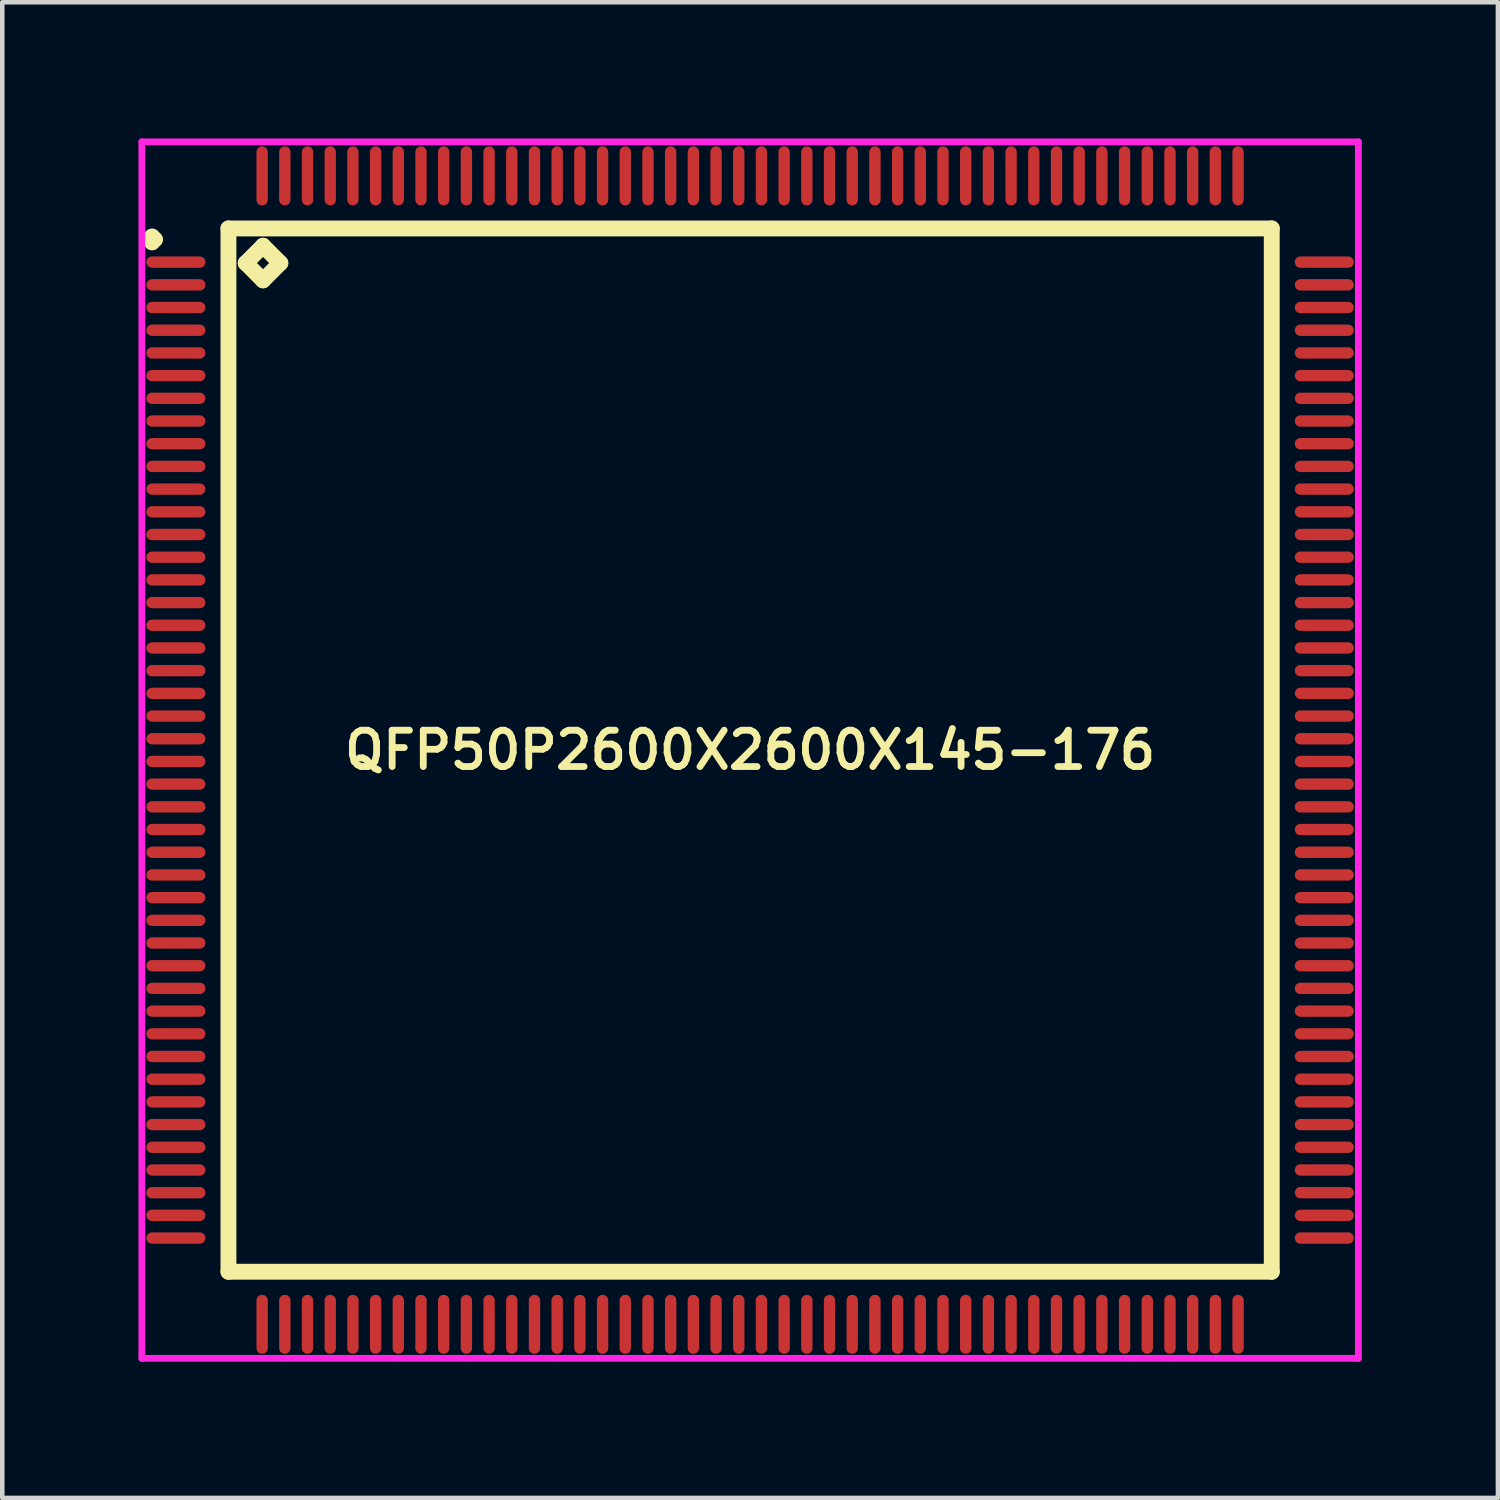
<source format=kicad_pcb>
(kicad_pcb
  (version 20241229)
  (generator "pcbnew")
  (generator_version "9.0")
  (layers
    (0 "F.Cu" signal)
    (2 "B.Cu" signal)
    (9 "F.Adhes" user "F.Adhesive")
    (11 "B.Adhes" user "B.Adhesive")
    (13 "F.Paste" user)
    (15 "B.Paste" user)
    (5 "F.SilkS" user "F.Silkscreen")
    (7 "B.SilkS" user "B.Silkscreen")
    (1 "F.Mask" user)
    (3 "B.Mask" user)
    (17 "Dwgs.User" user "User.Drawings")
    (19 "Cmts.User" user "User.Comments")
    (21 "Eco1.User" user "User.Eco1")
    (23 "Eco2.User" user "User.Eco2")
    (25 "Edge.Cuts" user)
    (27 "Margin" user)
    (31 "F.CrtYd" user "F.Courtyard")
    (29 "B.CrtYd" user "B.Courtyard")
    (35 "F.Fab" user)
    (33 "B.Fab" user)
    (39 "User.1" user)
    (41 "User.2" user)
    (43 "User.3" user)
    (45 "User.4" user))
  (footprint "QFP50P2600X2600X145-176"
    (layer "F.Cu")
    (at 13.475 13.475)
    (property "Reference" "QFP50P2600X2600X145-176" (at 0 0 0) (layer "F.SilkS") (effects (font (size 0.8 0.8) (thickness 0.15))))
    (attr smd)
    (fp_line (start -13.238 -11.25) (end -13.175 -11.312) (stroke (width 0.35) (type solid)) (layer "F.SilkS"))
    (fp_line (start -13.175 -11.312) (end -13.113 -11.25) (stroke (width 0.35) (type solid)) (layer "F.SilkS"))
    (fp_line (start -13.175 -11.188) (end -13.238 -11.25) (stroke (width 0.35) (type solid)) (layer "F.SilkS"))
    (fp_line (start -13.113 -11.25) (end -13.175 -11.188) (stroke (width 0.35) (type solid)) (layer "F.SilkS"))
    (fp_line (start -11.492 -11.492) (end -11.492 11.492) (stroke (width 0.35) (type solid)) (layer "F.SilkS"))
    (fp_line (start -11.492 11.492) (end 11.492 11.492) (stroke (width 0.35) (type solid)) (layer "F.SilkS"))
    (fp_line (start -11.111 -10.73) (end -10.73 -11.111) (stroke (width 0.35) (type solid)) (layer "F.SilkS"))
    (fp_line (start -10.73 -11.111) (end -10.349 -10.73) (stroke (width 0.35) (type solid)) (layer "F.SilkS"))
    (fp_line (start -10.73 -10.349) (end -11.111 -10.73) (stroke (width 0.35) (type solid)) (layer "F.SilkS"))
    (fp_line (start -10.349 -10.73) (end -10.73 -10.349) (stroke (width 0.35) (type solid)) (layer "F.SilkS"))
    (fp_line (start 11.492 -11.492) (end -11.492 -11.492) (stroke (width 0.35) (type solid)) (layer "F.SilkS"))
    (fp_line (start 11.492 11.492) (end 11.492 -11.492) (stroke (width 0.35) (type solid)) (layer "F.SilkS"))
    (fp_line (start -13.4 -13.4) (end 13.4 -13.4) (stroke (width 0.15) (type solid)) (layer "F.CrtYd"))
    (fp_line (start -13.4 13.4) (end -13.4 -13.4) (stroke (width 0.15) (type solid)) (layer "F.CrtYd"))
    (fp_line (start 13.4 -13.4) (end 13.4 13.4) (stroke (width 0.15) (type solid)) (layer "F.CrtYd"))
    (fp_line (start 13.4 13.4) (end -13.4 13.4) (stroke (width 0.15) (type solid)) (layer "F.CrtYd"))
    (pad "1" smd oval (at -12.65 -10.75) (size 1.3 0.25) (layers "F.Cu" "F.Mask" "F.Paste"))
    (pad "2" smd oval (at -12.65 -10.25) (size 1.3 0.25) (layers "F.Cu" "F.Mask" "F.Paste"))
    (pad "3" smd oval (at -12.65 -9.75) (size 1.3 0.25) (layers "F.Cu" "F.Mask" "F.Paste"))
    (pad "4" smd oval (at -12.65 -9.25) (size 1.3 0.25) (layers "F.Cu" "F.Mask" "F.Paste"))
    (pad "5" smd oval (at -12.65 -8.75) (size 1.3 0.25) (layers "F.Cu" "F.Mask" "F.Paste"))
    (pad "6" smd oval (at -12.65 -8.25) (size 1.3 0.25) (layers "F.Cu" "F.Mask" "F.Paste"))
    (pad "7" smd oval (at -12.65 -7.75) (size 1.3 0.25) (layers "F.Cu" "F.Mask" "F.Paste"))
    (pad "8" smd oval (at -12.65 -7.25) (size 1.3 0.25) (layers "F.Cu" "F.Mask" "F.Paste"))
    (pad "9" smd oval (at -12.65 -6.75) (size 1.3 0.25) (layers "F.Cu" "F.Mask" "F.Paste"))
    (pad "10" smd oval (at -12.65 -6.25) (size 1.3 0.25) (layers "F.Cu" "F.Mask" "F.Paste"))
    (pad "11" smd oval (at -12.65 -5.75) (size 1.3 0.25) (layers "F.Cu" "F.Mask" "F.Paste"))
    (pad "12" smd oval (at -12.65 -5.25) (size 1.3 0.25) (layers "F.Cu" "F.Mask" "F.Paste"))
    (pad "13" smd oval (at -12.65 -4.75) (size 1.3 0.25) (layers "F.Cu" "F.Mask" "F.Paste"))
    (pad "14" smd oval (at -12.65 -4.25) (size 1.3 0.25) (layers "F.Cu" "F.Mask" "F.Paste"))
    (pad "15" smd oval (at -12.65 -3.75) (size 1.3 0.25) (layers "F.Cu" "F.Mask" "F.Paste"))
    (pad "16" smd oval (at -12.65 -3.25) (size 1.3 0.25) (layers "F.Cu" "F.Mask" "F.Paste"))
    (pad "17" smd oval (at -12.65 -2.75) (size 1.3 0.25) (layers "F.Cu" "F.Mask" "F.Paste"))
    (pad "18" smd oval (at -12.65 -2.25) (size 1.3 0.25) (layers "F.Cu" "F.Mask" "F.Paste"))
    (pad "19" smd oval (at -12.65 -1.75) (size 1.3 0.25) (layers "F.Cu" "F.Mask" "F.Paste"))
    (pad "20" smd oval (at -12.65 -1.25) (size 1.3 0.25) (layers "F.Cu" "F.Mask" "F.Paste"))
    (pad "21" smd oval (at -12.65 -0.75) (size 1.3 0.25) (layers "F.Cu" "F.Mask" "F.Paste"))
    (pad "22" smd oval (at -12.65 -0.25) (size 1.3 0.25) (layers "F.Cu" "F.Mask" "F.Paste"))
    (pad "23" smd oval (at -12.65 0.25) (size 1.3 0.25) (layers "F.Cu" "F.Mask" "F.Paste"))
    (pad "24" smd oval (at -12.65 0.75) (size 1.3 0.25) (layers "F.Cu" "F.Mask" "F.Paste"))
    (pad "25" smd oval (at -12.65 1.25) (size 1.3 0.25) (layers "F.Cu" "F.Mask" "F.Paste"))
    (pad "26" smd oval (at -12.65 1.75) (size 1.3 0.25) (layers "F.Cu" "F.Mask" "F.Paste"))
    (pad "27" smd oval (at -12.65 2.25) (size 1.3 0.25) (layers "F.Cu" "F.Mask" "F.Paste"))
    (pad "28" smd oval (at -12.65 2.75) (size 1.3 0.25) (layers "F.Cu" "F.Mask" "F.Paste"))
    (pad "29" smd oval (at -12.65 3.25) (size 1.3 0.25) (layers "F.Cu" "F.Mask" "F.Paste"))
    (pad "30" smd oval (at -12.65 3.75) (size 1.3 0.25) (layers "F.Cu" "F.Mask" "F.Paste"))
    (pad "31" smd oval (at -12.65 4.25) (size 1.3 0.25) (layers "F.Cu" "F.Mask" "F.Paste"))
    (pad "32" smd oval (at -12.65 4.75) (size 1.3 0.25) (layers "F.Cu" "F.Mask" "F.Paste"))
    (pad "33" smd oval (at -12.65 5.25) (size 1.3 0.25) (layers "F.Cu" "F.Mask" "F.Paste"))
    (pad "34" smd oval (at -12.65 5.75) (size 1.3 0.25) (layers "F.Cu" "F.Mask" "F.Paste"))
    (pad "35" smd oval (at -12.65 6.25) (size 1.3 0.25) (layers "F.Cu" "F.Mask" "F.Paste"))
    (pad "36" smd oval (at -12.65 6.75) (size 1.3 0.25) (layers "F.Cu" "F.Mask" "F.Paste"))
    (pad "37" smd oval (at -12.65 7.25) (size 1.3 0.25) (layers "F.Cu" "F.Mask" "F.Paste"))
    (pad "38" smd oval (at -12.65 7.75) (size 1.3 0.25) (layers "F.Cu" "F.Mask" "F.Paste"))
    (pad "39" smd oval (at -12.65 8.25) (size 1.3 0.25) (layers "F.Cu" "F.Mask" "F.Paste"))
    (pad "40" smd oval (at -12.65 8.75) (size 1.3 0.25) (layers "F.Cu" "F.Mask" "F.Paste"))
    (pad "41" smd oval (at -12.65 9.25) (size 1.3 0.25) (layers "F.Cu" "F.Mask" "F.Paste"))
    (pad "42" smd oval (at -12.65 9.75) (size 1.3 0.25) (layers "F.Cu" "F.Mask" "F.Paste"))
    (pad "43" smd oval (at -12.65 10.25) (size 1.3 0.25) (layers "F.Cu" "F.Mask" "F.Paste"))
    (pad "44" smd oval (at -12.65 10.75) (size 1.3 0.25) (layers "F.Cu" "F.Mask" "F.Paste"))
    (pad "45" smd oval (at -10.75 12.65) (size 0.25 1.3) (layers "F.Cu" "F.Mask" "F.Paste"))
    (pad "46" smd oval (at -10.25 12.65) (size 0.25 1.3) (layers "F.Cu" "F.Mask" "F.Paste"))
    (pad "47" smd oval (at -9.75 12.65) (size 0.25 1.3) (layers "F.Cu" "F.Mask" "F.Paste"))
    (pad "48" smd oval (at -9.25 12.65) (size 0.25 1.3) (layers "F.Cu" "F.Mask" "F.Paste"))
    (pad "49" smd oval (at -8.75 12.65) (size 0.25 1.3) (layers "F.Cu" "F.Mask" "F.Paste"))
    (pad "50" smd oval (at -8.25 12.65) (size 0.25 1.3) (layers "F.Cu" "F.Mask" "F.Paste"))
    (pad "51" smd oval (at -7.75 12.65) (size 0.25 1.3) (layers "F.Cu" "F.Mask" "F.Paste"))
    (pad "52" smd oval (at -7.25 12.65) (size 0.25 1.3) (layers "F.Cu" "F.Mask" "F.Paste"))
    (pad "53" smd oval (at -6.75 12.65) (size 0.25 1.3) (layers "F.Cu" "F.Mask" "F.Paste"))
    (pad "54" smd oval (at -6.25 12.65) (size 0.25 1.3) (layers "F.Cu" "F.Mask" "F.Paste"))
    (pad "55" smd oval (at -5.75 12.65) (size 0.25 1.3) (layers "F.Cu" "F.Mask" "F.Paste"))
    (pad "56" smd oval (at -5.25 12.65) (size 0.25 1.3) (layers "F.Cu" "F.Mask" "F.Paste"))
    (pad "57" smd oval (at -4.75 12.65) (size 0.25 1.3) (layers "F.Cu" "F.Mask" "F.Paste"))
    (pad "58" smd oval (at -4.25 12.65) (size 0.25 1.3) (layers "F.Cu" "F.Mask" "F.Paste"))
    (pad "59" smd oval (at -3.75 12.65) (size 0.25 1.3) (layers "F.Cu" "F.Mask" "F.Paste"))
    (pad "60" smd oval (at -3.25 12.65) (size 0.25 1.3) (layers "F.Cu" "F.Mask" "F.Paste"))
    (pad "61" smd oval (at -2.75 12.65) (size 0.25 1.3) (layers "F.Cu" "F.Mask" "F.Paste"))
    (pad "62" smd oval (at -2.25 12.65) (size 0.25 1.3) (layers "F.Cu" "F.Mask" "F.Paste"))
    (pad "63" smd oval (at -1.75 12.65) (size 0.25 1.3) (layers "F.Cu" "F.Mask" "F.Paste"))
    (pad "64" smd oval (at -1.25 12.65) (size 0.25 1.3) (layers "F.Cu" "F.Mask" "F.Paste"))
    (pad "65" smd oval (at -0.75 12.65) (size 0.25 1.3) (layers "F.Cu" "F.Mask" "F.Paste"))
    (pad "66" smd oval (at -0.25 12.65) (size 0.25 1.3) (layers "F.Cu" "F.Mask" "F.Paste"))
    (pad "67" smd oval (at 0.25 12.65) (size 0.25 1.3) (layers "F.Cu" "F.Mask" "F.Paste"))
    (pad "68" smd oval (at 0.75 12.65) (size 0.25 1.3) (layers "F.Cu" "F.Mask" "F.Paste"))
    (pad "69" smd oval (at 1.25 12.65) (size 0.25 1.3) (layers "F.Cu" "F.Mask" "F.Paste"))
    (pad "70" smd oval (at 1.75 12.65) (size 0.25 1.3) (layers "F.Cu" "F.Mask" "F.Paste"))
    (pad "71" smd oval (at 2.25 12.65) (size 0.25 1.3) (layers "F.Cu" "F.Mask" "F.Paste"))
    (pad "72" smd oval (at 2.75 12.65) (size 0.25 1.3) (layers "F.Cu" "F.Mask" "F.Paste"))
    (pad "73" smd oval (at 3.25 12.65) (size 0.25 1.3) (layers "F.Cu" "F.Mask" "F.Paste"))
    (pad "74" smd oval (at 3.75 12.65) (size 0.25 1.3) (layers "F.Cu" "F.Mask" "F.Paste"))
    (pad "75" smd oval (at 4.25 12.65) (size 0.25 1.3) (layers "F.Cu" "F.Mask" "F.Paste"))
    (pad "76" smd oval (at 4.75 12.65) (size 0.25 1.3) (layers "F.Cu" "F.Mask" "F.Paste"))
    (pad "77" smd oval (at 5.25 12.65) (size 0.25 1.3) (layers "F.Cu" "F.Mask" "F.Paste"))
    (pad "78" smd oval (at 5.75 12.65) (size 0.25 1.3) (layers "F.Cu" "F.Mask" "F.Paste"))
    (pad "79" smd oval (at 6.25 12.65) (size 0.25 1.3) (layers "F.Cu" "F.Mask" "F.Paste"))
    (pad "80" smd oval (at 6.75 12.65) (size 0.25 1.3) (layers "F.Cu" "F.Mask" "F.Paste"))
    (pad "81" smd oval (at 7.25 12.65) (size 0.25 1.3) (layers "F.Cu" "F.Mask" "F.Paste"))
    (pad "82" smd oval (at 7.75 12.65) (size 0.25 1.3) (layers "F.Cu" "F.Mask" "F.Paste"))
    (pad "83" smd oval (at 8.25 12.65) (size 0.25 1.3) (layers "F.Cu" "F.Mask" "F.Paste"))
    (pad "84" smd oval (at 8.75 12.65) (size 0.25 1.3) (layers "F.Cu" "F.Mask" "F.Paste"))
    (pad "85" smd oval (at 9.25 12.65) (size 0.25 1.3) (layers "F.Cu" "F.Mask" "F.Paste"))
    (pad "86" smd oval (at 9.75 12.65) (size 0.25 1.3) (layers "F.Cu" "F.Mask" "F.Paste"))
    (pad "87" smd oval (at 10.25 12.65) (size 0.25 1.3) (layers "F.Cu" "F.Mask" "F.Paste"))
    (pad "88" smd oval (at 10.75 12.65) (size 0.25 1.3) (layers "F.Cu" "F.Mask" "F.Paste"))
    (pad "89" smd oval (at 12.65 10.75) (size 1.3 0.25) (layers "F.Cu" "F.Mask" "F.Paste"))
    (pad "90" smd oval (at 12.65 10.25) (size 1.3 0.25) (layers "F.Cu" "F.Mask" "F.Paste"))
    (pad "91" smd oval (at 12.65 9.75) (size 1.3 0.25) (layers "F.Cu" "F.Mask" "F.Paste"))
    (pad "92" smd oval (at 12.65 9.25) (size 1.3 0.25) (layers "F.Cu" "F.Mask" "F.Paste"))
    (pad "93" smd oval (at 12.65 8.75) (size 1.3 0.25) (layers "F.Cu" "F.Mask" "F.Paste"))
    (pad "94" smd oval (at 12.65 8.25) (size 1.3 0.25) (layers "F.Cu" "F.Mask" "F.Paste"))
    (pad "95" smd oval (at 12.65 7.75) (size 1.3 0.25) (layers "F.Cu" "F.Mask" "F.Paste"))
    (pad "96" smd oval (at 12.65 7.25) (size 1.3 0.25) (layers "F.Cu" "F.Mask" "F.Paste"))
    (pad "97" smd oval (at 12.65 6.75) (size 1.3 0.25) (layers "F.Cu" "F.Mask" "F.Paste"))
    (pad "98" smd oval (at 12.65 6.25) (size 1.3 0.25) (layers "F.Cu" "F.Mask" "F.Paste"))
    (pad "99" smd oval (at 12.65 5.75) (size 1.3 0.25) (layers "F.Cu" "F.Mask" "F.Paste"))
    (pad "100" smd oval (at 12.65 5.25) (size 1.3 0.25) (layers "F.Cu" "F.Mask" "F.Paste"))
    (pad "101" smd oval (at 12.65 4.75) (size 1.3 0.25) (layers "F.Cu" "F.Mask" "F.Paste"))
    (pad "102" smd oval (at 12.65 4.25) (size 1.3 0.25) (layers "F.Cu" "F.Mask" "F.Paste"))
    (pad "103" smd oval (at 12.65 3.75) (size 1.3 0.25) (layers "F.Cu" "F.Mask" "F.Paste"))
    (pad "104" smd oval (at 12.65 3.25) (size 1.3 0.25) (layers "F.Cu" "F.Mask" "F.Paste"))
    (pad "105" smd oval (at 12.65 2.75) (size 1.3 0.25) (layers "F.Cu" "F.Mask" "F.Paste"))
    (pad "106" smd oval (at 12.65 2.25) (size 1.3 0.25) (layers "F.Cu" "F.Mask" "F.Paste"))
    (pad "107" smd oval (at 12.65 1.75) (size 1.3 0.25) (layers "F.Cu" "F.Mask" "F.Paste"))
    (pad "108" smd oval (at 12.65 1.25) (size 1.3 0.25) (layers "F.Cu" "F.Mask" "F.Paste"))
    (pad "109" smd oval (at 12.65 0.75) (size 1.3 0.25) (layers "F.Cu" "F.Mask" "F.Paste"))
    (pad "110" smd oval (at 12.65 0.25) (size 1.3 0.25) (layers "F.Cu" "F.Mask" "F.Paste"))
    (pad "111" smd oval (at 12.65 -0.25) (size 1.3 0.25) (layers "F.Cu" "F.Mask" "F.Paste"))
    (pad "112" smd oval (at 12.65 -0.75) (size 1.3 0.25) (layers "F.Cu" "F.Mask" "F.Paste"))
    (pad "113" smd oval (at 12.65 -1.25) (size 1.3 0.25) (layers "F.Cu" "F.Mask" "F.Paste"))
    (pad "114" smd oval (at 12.65 -1.75) (size 1.3 0.25) (layers "F.Cu" "F.Mask" "F.Paste"))
    (pad "115" smd oval (at 12.65 -2.25) (size 1.3 0.25) (layers "F.Cu" "F.Mask" "F.Paste"))
    (pad "116" smd oval (at 12.65 -2.75) (size 1.3 0.25) (layers "F.Cu" "F.Mask" "F.Paste"))
    (pad "117" smd oval (at 12.65 -3.25) (size 1.3 0.25) (layers "F.Cu" "F.Mask" "F.Paste"))
    (pad "118" smd oval (at 12.65 -3.75) (size 1.3 0.25) (layers "F.Cu" "F.Mask" "F.Paste"))
    (pad "119" smd oval (at 12.65 -4.25) (size 1.3 0.25) (layers "F.Cu" "F.Mask" "F.Paste"))
    (pad "120" smd oval (at 12.65 -4.75) (size 1.3 0.25) (layers "F.Cu" "F.Mask" "F.Paste"))
    (pad "121" smd oval (at 12.65 -5.25) (size 1.3 0.25) (layers "F.Cu" "F.Mask" "F.Paste"))
    (pad "122" smd oval (at 12.65 -5.75) (size 1.3 0.25) (layers "F.Cu" "F.Mask" "F.Paste"))
    (pad "123" smd oval (at 12.65 -6.25) (size 1.3 0.25) (layers "F.Cu" "F.Mask" "F.Paste"))
    (pad "124" smd oval (at 12.65 -6.75) (size 1.3 0.25) (layers "F.Cu" "F.Mask" "F.Paste"))
    (pad "125" smd oval (at 12.65 -7.25) (size 1.3 0.25) (layers "F.Cu" "F.Mask" "F.Paste"))
    (pad "126" smd oval (at 12.65 -7.75) (size 1.3 0.25) (layers "F.Cu" "F.Mask" "F.Paste"))
    (pad "127" smd oval (at 12.65 -8.25) (size 1.3 0.25) (layers "F.Cu" "F.Mask" "F.Paste"))
    (pad "128" smd oval (at 12.65 -8.75) (size 1.3 0.25) (layers "F.Cu" "F.Mask" "F.Paste"))
    (pad "129" smd oval (at 12.65 -9.25) (size 1.3 0.25) (layers "F.Cu" "F.Mask" "F.Paste"))
    (pad "130" smd oval (at 12.65 -9.75) (size 1.3 0.25) (layers "F.Cu" "F.Mask" "F.Paste"))
    (pad "131" smd oval (at 12.65 -10.25) (size 1.3 0.25) (layers "F.Cu" "F.Mask" "F.Paste"))
    (pad "132" smd oval (at 12.65 -10.75) (size 1.3 0.25) (layers "F.Cu" "F.Mask" "F.Paste"))
    (pad "133" smd oval (at 10.75 -12.65) (size 0.25 1.3) (layers "F.Cu" "F.Mask" "F.Paste"))
    (pad "134" smd oval (at 10.25 -12.65) (size 0.25 1.3) (layers "F.Cu" "F.Mask" "F.Paste"))
    (pad "135" smd oval (at 9.75 -12.65) (size 0.25 1.3) (layers "F.Cu" "F.Mask" "F.Paste"))
    (pad "136" smd oval (at 9.25 -12.65) (size 0.25 1.3) (layers "F.Cu" "F.Mask" "F.Paste"))
    (pad "137" smd oval (at 8.75 -12.65) (size 0.25 1.3) (layers "F.Cu" "F.Mask" "F.Paste"))
    (pad "138" smd oval (at 8.25 -12.65) (size 0.25 1.3) (layers "F.Cu" "F.Mask" "F.Paste"))
    (pad "139" smd oval (at 7.75 -12.65) (size 0.25 1.3) (layers "F.Cu" "F.Mask" "F.Paste"))
    (pad "140" smd oval (at 7.25 -12.65) (size 0.25 1.3) (layers "F.Cu" "F.Mask" "F.Paste"))
    (pad "141" smd oval (at 6.75 -12.65) (size 0.25 1.3) (layers "F.Cu" "F.Mask" "F.Paste"))
    (pad "142" smd oval (at 6.25 -12.65) (size 0.25 1.3) (layers "F.Cu" "F.Mask" "F.Paste"))
    (pad "143" smd oval (at 5.75 -12.65) (size 0.25 1.3) (layers "F.Cu" "F.Mask" "F.Paste"))
    (pad "144" smd oval (at 5.25 -12.65) (size 0.25 1.3) (layers "F.Cu" "F.Mask" "F.Paste"))
    (pad "145" smd oval (at 4.75 -12.65) (size 0.25 1.3) (layers "F.Cu" "F.Mask" "F.Paste"))
    (pad "146" smd oval (at 4.25 -12.65) (size 0.25 1.3) (layers "F.Cu" "F.Mask" "F.Paste"))
    (pad "147" smd oval (at 3.75 -12.65) (size 0.25 1.3) (layers "F.Cu" "F.Mask" "F.Paste"))
    (pad "148" smd oval (at 3.25 -12.65) (size 0.25 1.3) (layers "F.Cu" "F.Mask" "F.Paste"))
    (pad "149" smd oval (at 2.75 -12.65) (size 0.25 1.3) (layers "F.Cu" "F.Mask" "F.Paste"))
    (pad "150" smd oval (at 2.25 -12.65) (size 0.25 1.3) (layers "F.Cu" "F.Mask" "F.Paste"))
    (pad "151" smd oval (at 1.75 -12.65) (size 0.25 1.3) (layers "F.Cu" "F.Mask" "F.Paste"))
    (pad "152" smd oval (at 1.25 -12.65) (size 0.25 1.3) (layers "F.Cu" "F.Mask" "F.Paste"))
    (pad "153" smd oval (at 0.75 -12.65) (size 0.25 1.3) (layers "F.Cu" "F.Mask" "F.Paste"))
    (pad "154" smd oval (at 0.25 -12.65) (size 0.25 1.3) (layers "F.Cu" "F.Mask" "F.Paste"))
    (pad "155" smd oval (at -0.25 -12.65) (size 0.25 1.3) (layers "F.Cu" "F.Mask" "F.Paste"))
    (pad "156" smd oval (at -0.75 -12.65) (size 0.25 1.3) (layers "F.Cu" "F.Mask" "F.Paste"))
    (pad "157" smd oval (at -1.25 -12.65) (size 0.25 1.3) (layers "F.Cu" "F.Mask" "F.Paste"))
    (pad "158" smd oval (at -1.75 -12.65) (size 0.25 1.3) (layers "F.Cu" "F.Mask" "F.Paste"))
    (pad "159" smd oval (at -2.25 -12.65) (size 0.25 1.3) (layers "F.Cu" "F.Mask" "F.Paste"))
    (pad "160" smd oval (at -2.75 -12.65) (size 0.25 1.3) (layers "F.Cu" "F.Mask" "F.Paste"))
    (pad "161" smd oval (at -3.25 -12.65) (size 0.25 1.3) (layers "F.Cu" "F.Mask" "F.Paste"))
    (pad "162" smd oval (at -3.75 -12.65) (size 0.25 1.3) (layers "F.Cu" "F.Mask" "F.Paste"))
    (pad "163" smd oval (at -4.25 -12.65) (size 0.25 1.3) (layers "F.Cu" "F.Mask" "F.Paste"))
    (pad "164" smd oval (at -4.75 -12.65) (size 0.25 1.3) (layers "F.Cu" "F.Mask" "F.Paste"))
    (pad "165" smd oval (at -5.25 -12.65) (size 0.25 1.3) (layers "F.Cu" "F.Mask" "F.Paste"))
    (pad "166" smd oval (at -5.75 -12.65) (size 0.25 1.3) (layers "F.Cu" "F.Mask" "F.Paste"))
    (pad "167" smd oval (at -6.25 -12.65) (size 0.25 1.3) (layers "F.Cu" "F.Mask" "F.Paste"))
    (pad "168" smd oval (at -6.75 -12.65) (size 0.25 1.3) (layers "F.Cu" "F.Mask" "F.Paste"))
    (pad "169" smd oval (at -7.25 -12.65) (size 0.25 1.3) (layers "F.Cu" "F.Mask" "F.Paste"))
    (pad "170" smd oval (at -7.75 -12.65) (size 0.25 1.3) (layers "F.Cu" "F.Mask" "F.Paste"))
    (pad "171" smd oval (at -8.25 -12.65) (size 0.25 1.3) (layers "F.Cu" "F.Mask" "F.Paste"))
    (pad "172" smd oval (at -8.75 -12.65) (size 0.25 1.3) (layers "F.Cu" "F.Mask" "F.Paste"))
    (pad "173" smd oval (at -9.25 -12.65) (size 0.25 1.3) (layers "F.Cu" "F.Mask" "F.Paste"))
    (pad "174" smd oval (at -9.75 -12.65) (size 0.25 1.3) (layers "F.Cu" "F.Mask" "F.Paste"))
    (pad "175" smd oval (at -10.25 -12.65) (size 0.25 1.3) (layers "F.Cu" "F.Mask" "F.Paste"))
    (pad "176" smd oval (at -10.75 -12.65) (size 0.25 1.3) (layers "F.Cu" "F.Mask" "F.Paste")))
  (gr_rect
    (start -3 -3)
    (end 29.95 29.95)
    (stroke (width 0.1) (type default))
    (fill no)
    (layer "Edge.Cuts")))
</source>
